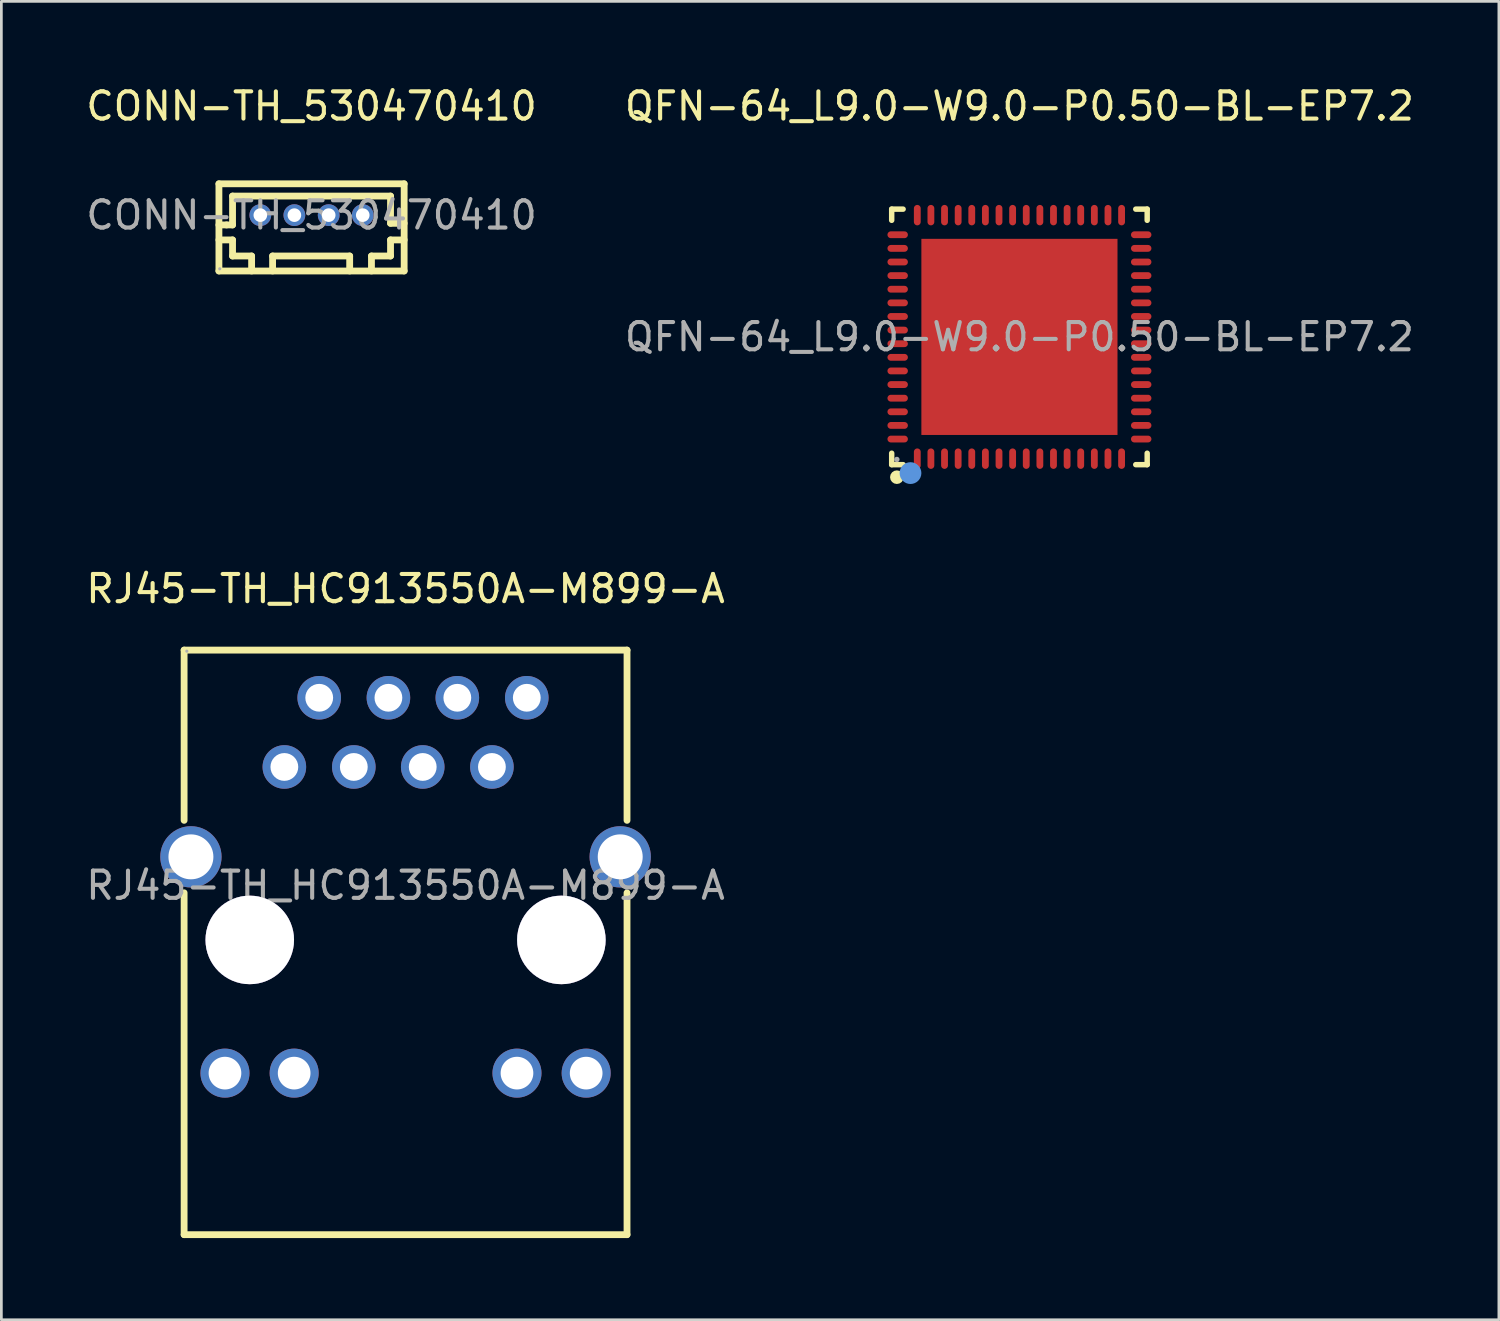
<source format=kicad_pcb>
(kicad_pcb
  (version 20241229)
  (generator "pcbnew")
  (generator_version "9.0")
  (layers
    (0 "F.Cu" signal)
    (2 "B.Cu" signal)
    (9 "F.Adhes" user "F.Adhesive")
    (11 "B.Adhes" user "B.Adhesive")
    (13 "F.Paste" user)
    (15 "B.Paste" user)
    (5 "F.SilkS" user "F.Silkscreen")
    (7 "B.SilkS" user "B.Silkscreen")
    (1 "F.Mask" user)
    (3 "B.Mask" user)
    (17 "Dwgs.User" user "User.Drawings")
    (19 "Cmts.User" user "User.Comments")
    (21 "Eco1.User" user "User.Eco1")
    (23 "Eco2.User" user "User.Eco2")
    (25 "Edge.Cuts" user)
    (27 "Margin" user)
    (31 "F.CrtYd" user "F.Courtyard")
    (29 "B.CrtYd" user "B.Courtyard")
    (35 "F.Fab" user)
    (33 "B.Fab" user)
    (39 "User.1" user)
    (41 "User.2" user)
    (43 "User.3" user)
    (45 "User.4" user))
  (footprint "RJ45-TH_HC913550A-M899-A"
    (layer "F.Cu")
    (at 11.839 29.456)
    (property "Reference" "RJ45-TH_HC913550A-M899-A" (at 0 -10.89 0) (layer "F.SilkS") (effects (font (size 1 1) (thickness 0.15))))
    (attr through_hole)
    (fp_line (start -8.13 -8.64) (end 8.13 -8.64) (stroke (width 0.25) (type solid)) (layer "F.SilkS"))
    (fp_line (start -8.13 -2.39) (end -8.13 -8.64) (stroke (width 0.25) (type solid)) (layer "F.SilkS"))
    (fp_line (start -8.13 12.82) (end -8.13 0.27) (stroke (width 0.25) (type solid)) (layer "F.SilkS"))
    (fp_line (start 8.13 -8.64) (end 8.13 -2.39) (stroke (width 0.25) (type solid)) (layer "F.SilkS"))
    (fp_line (start 8.13 0.27) (end 8.13 12.82) (stroke (width 0.25) (type solid)) (layer "F.SilkS"))
    (fp_line (start 8.13 12.82) (end -8.13 12.82) (stroke (width 0.25) (type solid)) (layer "F.SilkS"))
    (fp_circle (center -8.03 -8.6) (end -8 -8.6) (stroke (width 0.06) (type solid)) (fill no) (layer "F.Fab"))
    (fp_text user "${REFERENCE}" (at 0 0 0) (layer "F.Fab") (effects (font (size 1 1) (thickness 0.15))))
    (pad "" thru_hole circle (at -5.72 2) (size 3.25 3.25) (drill 3.25) (layers "*.Cu" "*.Mask"))
    (pad "" thru_hole circle (at 5.72 2) (size 3.25 3.25) (drill 3.25) (layers "*.Cu" "*.Mask"))
    (pad "1" thru_hole circle (at -3.17 -6.89) (size 1.6 1.6) (drill 1.02) (layers "*.Cu" "*.Mask"))
    (pad "2" thru_hole circle (at -0.63 -6.89) (size 1.6 1.6) (drill 1.02) (layers "*.Cu" "*.Mask"))
    (pad "3" thru_hole circle (at 1.9 -6.89) (size 1.6 1.6) (drill 1.02) (layers "*.Cu" "*.Mask"))
    (pad "4" thru_hole circle (at 4.45 -6.89) (size 1.6 1.6) (drill 1.02) (layers "*.Cu" "*.Mask"))
    (pad "5" thru_hole circle (at -4.45 -4.35) (size 1.6 1.6) (drill 1.02) (layers "*.Cu" "*.Mask"))
    (pad "6" thru_hole circle (at -1.9 -4.35) (size 1.6 1.6) (drill 1.02) (layers "*.Cu" "*.Mask"))
    (pad "7" thru_hole circle (at 0.63 -4.35) (size 1.6 1.6) (drill 1.02) (layers "*.Cu" "*.Mask"))
    (pad "8" thru_hole circle (at 3.17 -4.35) (size 1.6 1.6) (drill 1.02) (layers "*.Cu" "*.Mask"))
    (pad "9" thru_hole circle (at -7.88 -1.05 90) (size 2.25 2.25) (drill 1.65) (layers "*.Cu" "*.Mask"))
    (pad "10" thru_hole circle (at 7.88 -1.05 90) (size 2.25 2.25) (drill 1.65) (layers "*.Cu" "*.Mask"))
    (pad "11" thru_hole circle (at -6.63 6.89) (size 1.8 1.8) (drill 1.2) (layers "*.Cu" "*.Mask"))
    (pad "12" thru_hole circle (at -4.09 6.89) (size 1.8 1.8) (drill 1.2) (layers "*.Cu" "*.Mask"))
    (pad "13" thru_hole circle (at 4.09 6.89) (size 1.8 1.8) (drill 1.2) (layers "*.Cu" "*.Mask"))
    (pad "14" thru_hole circle (at 6.63 6.89) (size 1.8 1.8) (drill 1.2) (layers "*.Cu" "*.Mask")))
  (footprint "CONN-TH_530470410"
    (layer "F.Cu")
    (at 8.387 4.848)
    (property "Reference" "CONN-TH_530470410" (at 0 -4 0) (layer "F.SilkS") (effects (font (size 1 1) (thickness 0.15))))
    (attr through_hole)
    (fp_line (start -3.4 -1.15) (end -3.4 2.05) (stroke (width 0.25) (type solid)) (layer "F.SilkS"))
    (fp_line (start -3.4 -1.15) (end 3.4 -1.15) (stroke (width 0.25) (type solid)) (layer "F.SilkS"))
    (fp_line (start -3.4 0.36) (end -3.12 0.36) (stroke (width 0.25) (type solid)) (layer "F.SilkS"))
    (fp_line (start -3.4 0.91) (end -2.9 0.91) (stroke (width 0.25) (type solid)) (layer "F.SilkS"))
    (fp_line (start -3.4 2.05) (end 3.4 2.05) (stroke (width 0.25) (type solid)) (layer "F.SilkS"))
    (fp_line (start -3.12 0.36) (end -2.9 0.36) (stroke (width 0.25) (type solid)) (layer "F.SilkS"))
    (fp_line (start -2.9 -0.7) (end 2.9 -0.7) (stroke (width 0.25) (type solid)) (layer "F.SilkS"))
    (fp_line (start -2.9 0.36) (end -2.9 -0.7) (stroke (width 0.25) (type solid)) (layer "F.SilkS"))
    (fp_line (start -2.9 0.91) (end -2.9 1.5) (stroke (width 0.25) (type solid)) (layer "F.SilkS"))
    (fp_line (start -2.9 1.5) (end -2.2 1.5) (stroke (width 0.25) (type solid)) (layer "F.SilkS"))
    (fp_line (start -2.2 1.5) (end -2.2 2.05) (stroke (width 0.25) (type solid)) (layer "F.SilkS"))
    (fp_line (start -1.43 1.5) (end 1.4 1.5) (stroke (width 0.25) (type solid)) (layer "F.SilkS"))
    (fp_line (start -1.43 2.05) (end -1.43 1.5) (stroke (width 0.25) (type solid)) (layer "F.SilkS"))
    (fp_line (start 1.4 1.5) (end 1.4 2.05) (stroke (width 0.25) (type solid)) (layer "F.SilkS"))
    (fp_line (start 2.2 1.5) (end 2.2 2.05) (stroke (width 0.25) (type solid)) (layer "F.SilkS"))
    (fp_line (start 2.9 -0.7) (end 2.9 0.3) (stroke (width 0.25) (type solid)) (layer "F.SilkS"))
    (fp_line (start 2.9 0.3) (end 3.4 0.3) (stroke (width 0.25) (type solid)) (layer "F.SilkS"))
    (fp_line (start 2.9 0.91) (end 2.9 1.5) (stroke (width 0.25) (type solid)) (layer "F.SilkS"))
    (fp_line (start 2.9 1.5) (end 2.2 1.5) (stroke (width 0.25) (type solid)) (layer "F.SilkS"))
    (fp_line (start 3.4 -1.15) (end 3.4 2.05) (stroke (width 0.25) (type solid)) (layer "F.SilkS"))
    (fp_line (start 3.4 0.91) (end 2.9 0.91) (stroke (width 0.25) (type solid)) (layer "F.SilkS"))
    (fp_circle (center -3.37 1.97) (end -3.34 1.97) (stroke (width 0.06) (type solid)) (fill no) (layer "F.Fab"))
    (fp_circle (center -1.88 0) (end -1.8 0) (stroke (width 0.16) (type solid)) (fill no) (layer "F.Fab"))
    (fp_circle (center -0.63 0) (end -0.55 0) (stroke (width 0.16) (type solid)) (fill no) (layer "F.Fab"))
    (fp_circle (center 0.63 0) (end 0.71 0) (stroke (width 0.16) (type solid)) (fill no) (layer "F.Fab"))
    (fp_circle (center 1.88 0) (end 1.96 0) (stroke (width 0.16) (type solid)) (fill no) (layer "F.Fab"))
    (fp_text user "${REFERENCE}" (at 0 0 0) (layer "F.Fab") (effects (font (size 1 1) (thickness 0.15))))
    (pad "1" thru_hole circle (at 1.88 0) (size 0.8 0.8) (drill 0.5) (layers "*.Cu" "*.Mask"))
    (pad "2" thru_hole circle (at 0.63 0) (size 0.8 0.8) (drill 0.5) (layers "*.Cu" "*.Mask"))
    (pad "3" thru_hole circle (at -0.63 0) (size 0.8 0.8) (drill 0.5) (layers "*.Cu" "*.Mask"))
    (pad "4" thru_hole circle (at -1.88 0) (size 0.8 0.8) (drill 0.5) (layers "*.Cu" "*.Mask")))
  (footprint "QFN-64_L9.0-W9.0-P0.50-BL-EP7.2"
    (layer "F.Cu")
    (at 34.375 9.318)
    (property "Reference" "QFN-64_L9.0-W9.0-P0.50-BL-EP7.2" (at 0 -8.47 0) (layer "F.SilkS") (effects (font (size 1 1) (thickness 0.15))))
    (attr smd)
    (fp_line (start -4.69 -4.69) (end -4.27 -4.69) (stroke (width 0.2) (type solid)) (layer "F.SilkS"))
    (fp_line (start -4.69 -4.28) (end -4.69 -4.69) (stroke (width 0.2) (type solid)) (layer "F.SilkS"))
    (fp_line (start -4.69 4.69) (end -4.69 4.27) (stroke (width 0.2) (type solid)) (layer "F.SilkS"))
    (fp_line (start -4.27 4.69) (end -4.69 4.69) (stroke (width 0.2) (type solid)) (layer "F.SilkS"))
    (fp_line (start 4.27 4.69) (end 4.69 4.69) (stroke (width 0.2) (type solid)) (layer "F.SilkS"))
    (fp_line (start 4.69 -4.69) (end 4.27 -4.69) (stroke (width 0.2) (type solid)) (layer "F.SilkS"))
    (fp_line (start 4.69 -4.28) (end 4.69 -4.69) (stroke (width 0.2) (type solid)) (layer "F.SilkS"))
    (fp_line (start 4.69 4.69) (end 4.69 4.27) (stroke (width 0.2) (type solid)) (layer "F.SilkS"))
    (fp_arc (start -4.5 5.15) (mid -4.5 5.15) (end -4.5 5.15) (stroke (width 0.25) (type solid)) (layer "F.SilkS"))
    (fp_circle (center -4 5) (end -3.8 5) (stroke (width 0.4) (type solid)) (fill no) (layer "Cmts.User"))
    (fp_circle (center -4.5 4.5) (end -4.45 4.5) (stroke (width 0.1) (type solid)) (fill no) (layer "F.Fab"))
    (fp_text user "${REFERENCE}" (at 0 0 0) (layer "F.Fab") (effects (font (size 1 1) (thickness 0.15))))
    (pad "1" smd oval (at -3.75 4.47) (size 0.25 0.75) (layers "F.Cu" "F.Mask" "F.Paste"))
    (pad "2" smd oval (at -3.25 4.47) (size 0.25 0.75) (layers "F.Cu" "F.Mask" "F.Paste"))
    (pad "3" smd oval (at -2.75 4.47) (size 0.25 0.75) (layers "F.Cu" "F.Mask" "F.Paste"))
    (pad "4" smd oval (at -2.25 4.47) (size 0.25 0.75) (layers "F.Cu" "F.Mask" "F.Paste"))
    (pad "5" smd oval (at -1.75 4.47) (size 0.25 0.75) (layers "F.Cu" "F.Mask" "F.Paste"))
    (pad "6" smd oval (at -1.25 4.47) (size 0.25 0.75) (layers "F.Cu" "F.Mask" "F.Paste"))
    (pad "7" smd oval (at -0.75 4.47) (size 0.25 0.75) (layers "F.Cu" "F.Mask" "F.Paste"))
    (pad "8" smd oval (at -0.25 4.47) (size 0.25 0.75) (layers "F.Cu" "F.Mask" "F.Paste"))
    (pad "9" smd oval (at 0.25 4.47) (size 0.25 0.75) (layers "F.Cu" "F.Mask" "F.Paste"))
    (pad "10" smd oval (at 0.75 4.47) (size 0.25 0.75) (layers "F.Cu" "F.Mask" "F.Paste"))
    (pad "11" smd oval (at 1.25 4.47) (size 0.25 0.75) (layers "F.Cu" "F.Mask" "F.Paste"))
    (pad "12" smd oval (at 1.75 4.47) (size 0.25 0.75) (layers "F.Cu" "F.Mask" "F.Paste"))
    (pad "13" smd oval (at 2.25 4.47) (size 0.25 0.75) (layers "F.Cu" "F.Mask" "F.Paste"))
    (pad "14" smd oval (at 2.75 4.47) (size 0.25 0.75) (layers "F.Cu" "F.Mask" "F.Paste"))
    (pad "15" smd oval (at 3.25 4.47) (size 0.25 0.75) (layers "F.Cu" "F.Mask" "F.Paste"))
    (pad "16" smd oval (at 3.75 4.47) (size 0.25 0.75) (layers "F.Cu" "F.Mask" "F.Paste"))
    (pad "17" smd oval (at 4.47 3.75) (size 0.75 0.25) (layers "F.Cu" "F.Mask" "F.Paste"))
    (pad "18" smd oval (at 4.47 3.25) (size 0.75 0.25) (layers "F.Cu" "F.Mask" "F.Paste"))
    (pad "19" smd oval (at 4.47 2.75) (size 0.75 0.25) (layers "F.Cu" "F.Mask" "F.Paste"))
    (pad "20" smd oval (at 4.47 2.25) (size 0.75 0.25) (layers "F.Cu" "F.Mask" "F.Paste"))
    (pad "21" smd oval (at 4.47 1.75) (size 0.75 0.25) (layers "F.Cu" "F.Mask" "F.Paste"))
    (pad "22" smd oval (at 4.47 1.25) (size 0.75 0.25) (layers "F.Cu" "F.Mask" "F.Paste"))
    (pad "23" smd oval (at 4.47 0.75) (size 0.75 0.25) (layers "F.Cu" "F.Mask" "F.Paste"))
    (pad "24" smd oval (at 4.47 0.25) (size 0.75 0.25) (layers "F.Cu" "F.Mask" "F.Paste"))
    (pad "25" smd oval (at 4.47 -0.25) (size 0.75 0.25) (layers "F.Cu" "F.Mask" "F.Paste"))
    (pad "26" smd oval (at 4.47 -0.75) (size 0.75 0.25) (layers "F.Cu" "F.Mask" "F.Paste"))
    (pad "27" smd oval (at 4.47 -1.25) (size 0.75 0.25) (layers "F.Cu" "F.Mask" "F.Paste"))
    (pad "28" smd oval (at 4.47 -1.75) (size 0.75 0.25) (layers "F.Cu" "F.Mask" "F.Paste"))
    (pad "29" smd oval (at 4.47 -2.25) (size 0.75 0.25) (layers "F.Cu" "F.Mask" "F.Paste"))
    (pad "30" smd oval (at 4.47 -2.75) (size 0.75 0.25) (layers "F.Cu" "F.Mask" "F.Paste"))
    (pad "31" smd oval (at 4.47 -3.25) (size 0.75 0.25) (layers "F.Cu" "F.Mask" "F.Paste"))
    (pad "32" smd oval (at 4.47 -3.75) (size 0.75 0.25) (layers "F.Cu" "F.Mask" "F.Paste"))
    (pad "33" smd oval (at 3.75 -4.47) (size 0.25 0.75) (layers "F.Cu" "F.Mask" "F.Paste"))
    (pad "34" smd oval (at 3.25 -4.47) (size 0.25 0.75) (layers "F.Cu" "F.Mask" "F.Paste"))
    (pad "35" smd oval (at 2.75 -4.47) (size 0.25 0.75) (layers "F.Cu" "F.Mask" "F.Paste"))
    (pad "36" smd oval (at 2.25 -4.47) (size 0.25 0.75) (layers "F.Cu" "F.Mask" "F.Paste"))
    (pad "37" smd oval (at 1.75 -4.47) (size 0.25 0.75) (layers "F.Cu" "F.Mask" "F.Paste"))
    (pad "38" smd oval (at 1.25 -4.47) (size 0.25 0.75) (layers "F.Cu" "F.Mask" "F.Paste"))
    (pad "39" smd oval (at 0.75 -4.47) (size 0.25 0.75) (layers "F.Cu" "F.Mask" "F.Paste"))
    (pad "40" smd oval (at 0.25 -4.47) (size 0.25 0.75) (layers "F.Cu" "F.Mask" "F.Paste"))
    (pad "41" smd oval (at -0.25 -4.47) (size 0.25 0.75) (layers "F.Cu" "F.Mask" "F.Paste"))
    (pad "42" smd oval (at -0.75 -4.47) (size 0.25 0.75) (layers "F.Cu" "F.Mask" "F.Paste"))
    (pad "43" smd oval (at -1.25 -4.47) (size 0.25 0.75) (layers "F.Cu" "F.Mask" "F.Paste"))
    (pad "44" smd oval (at -1.75 -4.47) (size 0.25 0.75) (layers "F.Cu" "F.Mask" "F.Paste"))
    (pad "45" smd oval (at -2.25 -4.47) (size 0.25 0.75) (layers "F.Cu" "F.Mask" "F.Paste"))
    (pad "46" smd oval (at -2.75 -4.47) (size 0.25 0.75) (layers "F.Cu" "F.Mask" "F.Paste"))
    (pad "47" smd oval (at -3.25 -4.47) (size 0.25 0.75) (layers "F.Cu" "F.Mask" "F.Paste"))
    (pad "48" smd oval (at -3.75 -4.47) (size 0.25 0.75) (layers "F.Cu" "F.Mask" "F.Paste"))
    (pad "49" smd oval (at -4.47 -3.75) (size 0.75 0.25) (layers "F.Cu" "F.Mask" "F.Paste"))
    (pad "50" smd oval (at -4.47 -3.25) (size 0.75 0.25) (layers "F.Cu" "F.Mask" "F.Paste"))
    (pad "51" smd oval (at -4.47 -2.75) (size 0.75 0.25) (layers "F.Cu" "F.Mask" "F.Paste"))
    (pad "52" smd oval (at -4.47 -2.25) (size 0.75 0.25) (layers "F.Cu" "F.Mask" "F.Paste"))
    (pad "53" smd oval (at -4.47 -1.75) (size 0.75 0.25) (layers "F.Cu" "F.Mask" "F.Paste"))
    (pad "54" smd oval (at -4.47 -1.25) (size 0.75 0.25) (layers "F.Cu" "F.Mask" "F.Paste"))
    (pad "55" smd oval (at -4.47 -0.75) (size 0.75 0.25) (layers "F.Cu" "F.Mask" "F.Paste"))
    (pad "56" smd oval (at -4.47 -0.25) (size 0.75 0.25) (layers "F.Cu" "F.Mask" "F.Paste"))
    (pad "57" smd oval (at -4.47 0.25) (size 0.75 0.25) (layers "F.Cu" "F.Mask" "F.Paste"))
    (pad "58" smd oval (at -4.47 0.75) (size 0.75 0.25) (layers "F.Cu" "F.Mask" "F.Paste"))
    (pad "59" smd oval (at -4.47 1.25) (size 0.75 0.25) (layers "F.Cu" "F.Mask" "F.Paste"))
    (pad "60" smd oval (at -4.47 1.75) (size 0.75 0.25) (layers "F.Cu" "F.Mask" "F.Paste"))
    (pad "61" smd oval (at -4.47 2.25) (size 0.75 0.25) (layers "F.Cu" "F.Mask" "F.Paste"))
    (pad "62" smd oval (at -4.47 2.75) (size 0.75 0.25) (layers "F.Cu" "F.Mask" "F.Paste"))
    (pad "63" smd oval (at -4.47 3.25) (size 0.75 0.25) (layers "F.Cu" "F.Mask" "F.Paste"))
    (pad "64" smd oval (at -4.47 3.75) (size 0.75 0.25) (layers "F.Cu" "F.Mask" "F.Paste"))
    (pad "65" smd rect (at 0 0) (size 7.2 7.2) (layers "F.Cu" "F.Mask" "F.Paste")))
  (gr_rect
    (start -3 -3)
    (end 51.976 45.401)
    (stroke (width 0.1) (type default))
    (fill no)
    (layer "Edge.Cuts")))
</source>
